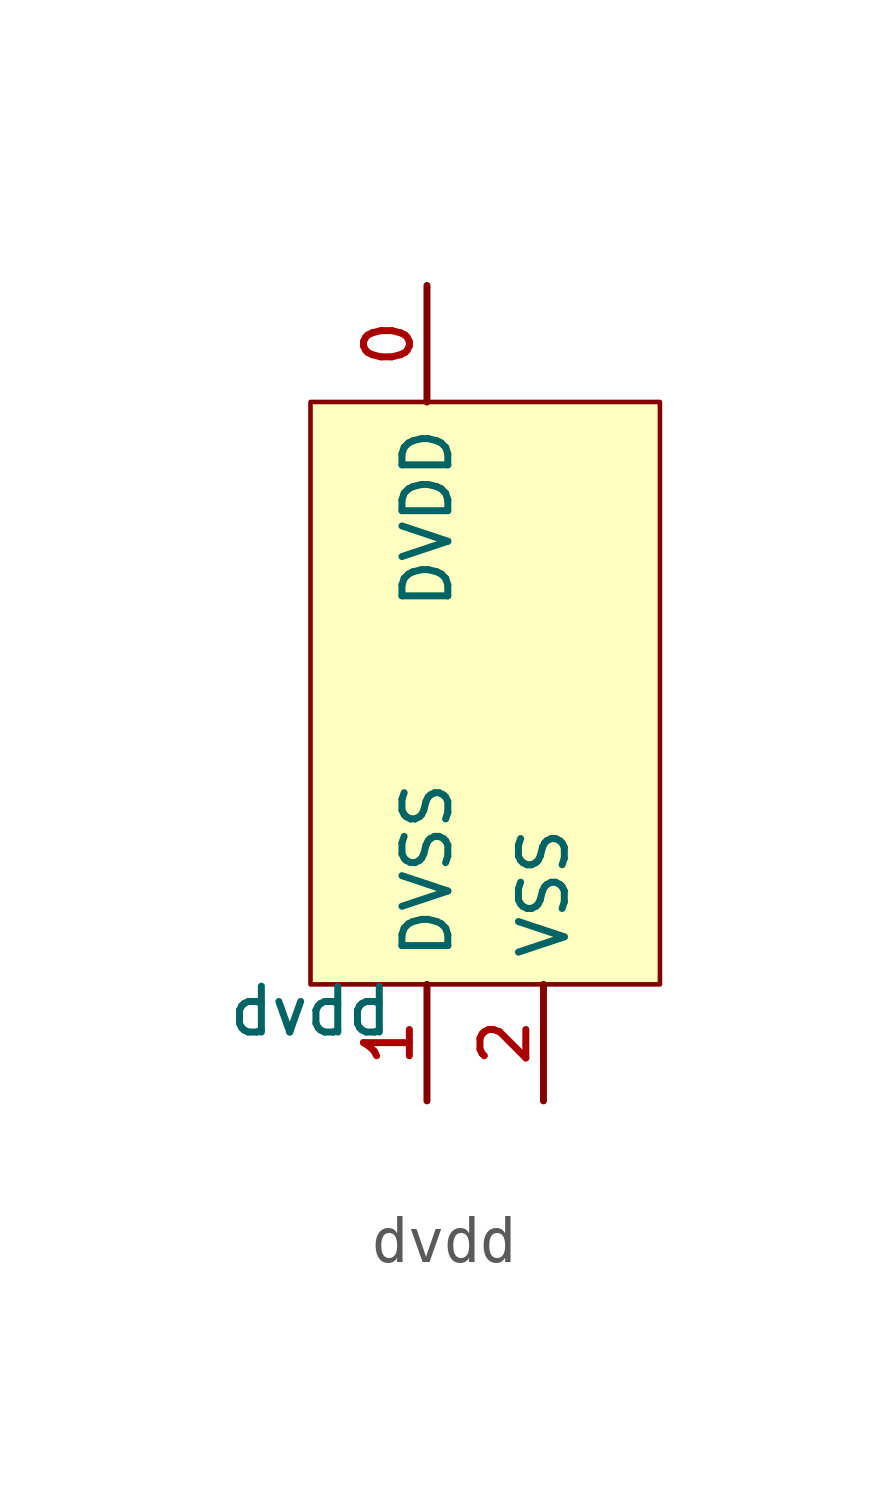
<source format=kicad_sym>
(kicad_symbol_lib
  (version 20211014)
  (generator pdk2kicad)
  (symbol "dvdd"
    (property "Reference" "X"
      (at 0 0 0)
      (effects (font (size 1 1)) hide))
    (property "Value" "dvdd"
      (at -3.81 -6.35 0)
      (effects (font (size 1 1)) (justify top)))
    (rectangle
      (start -3.81 -6.35)
      (end 3.81 6.35)
      (stroke (width 0.1) (type solid) (color 0 0 0 0))
      (fill (type background)))
    (pin power_in line
      (at -1.27 8.89 270)
      (length 2.54)
      (name "DVDD" (effects (font (size 1 1)) hide))
      (number "0" (effects (font (size 1 1)) hide)))
    (pin power_in line
      (at -1.27 -8.89 90)
      (length 2.54)
      (name "DVSS" (effects (font (size 1 1)) hide))
      (number "1" (effects (font (size 1 1)) hide)))
    (pin power_in line
      (at 1.27 -8.89 90)
      (length 2.54)
      (name "VSS" (effects (font (size 1 1)) hide))
      (number "2" (effects (font (size 1 1)) hide)))))
</source>
